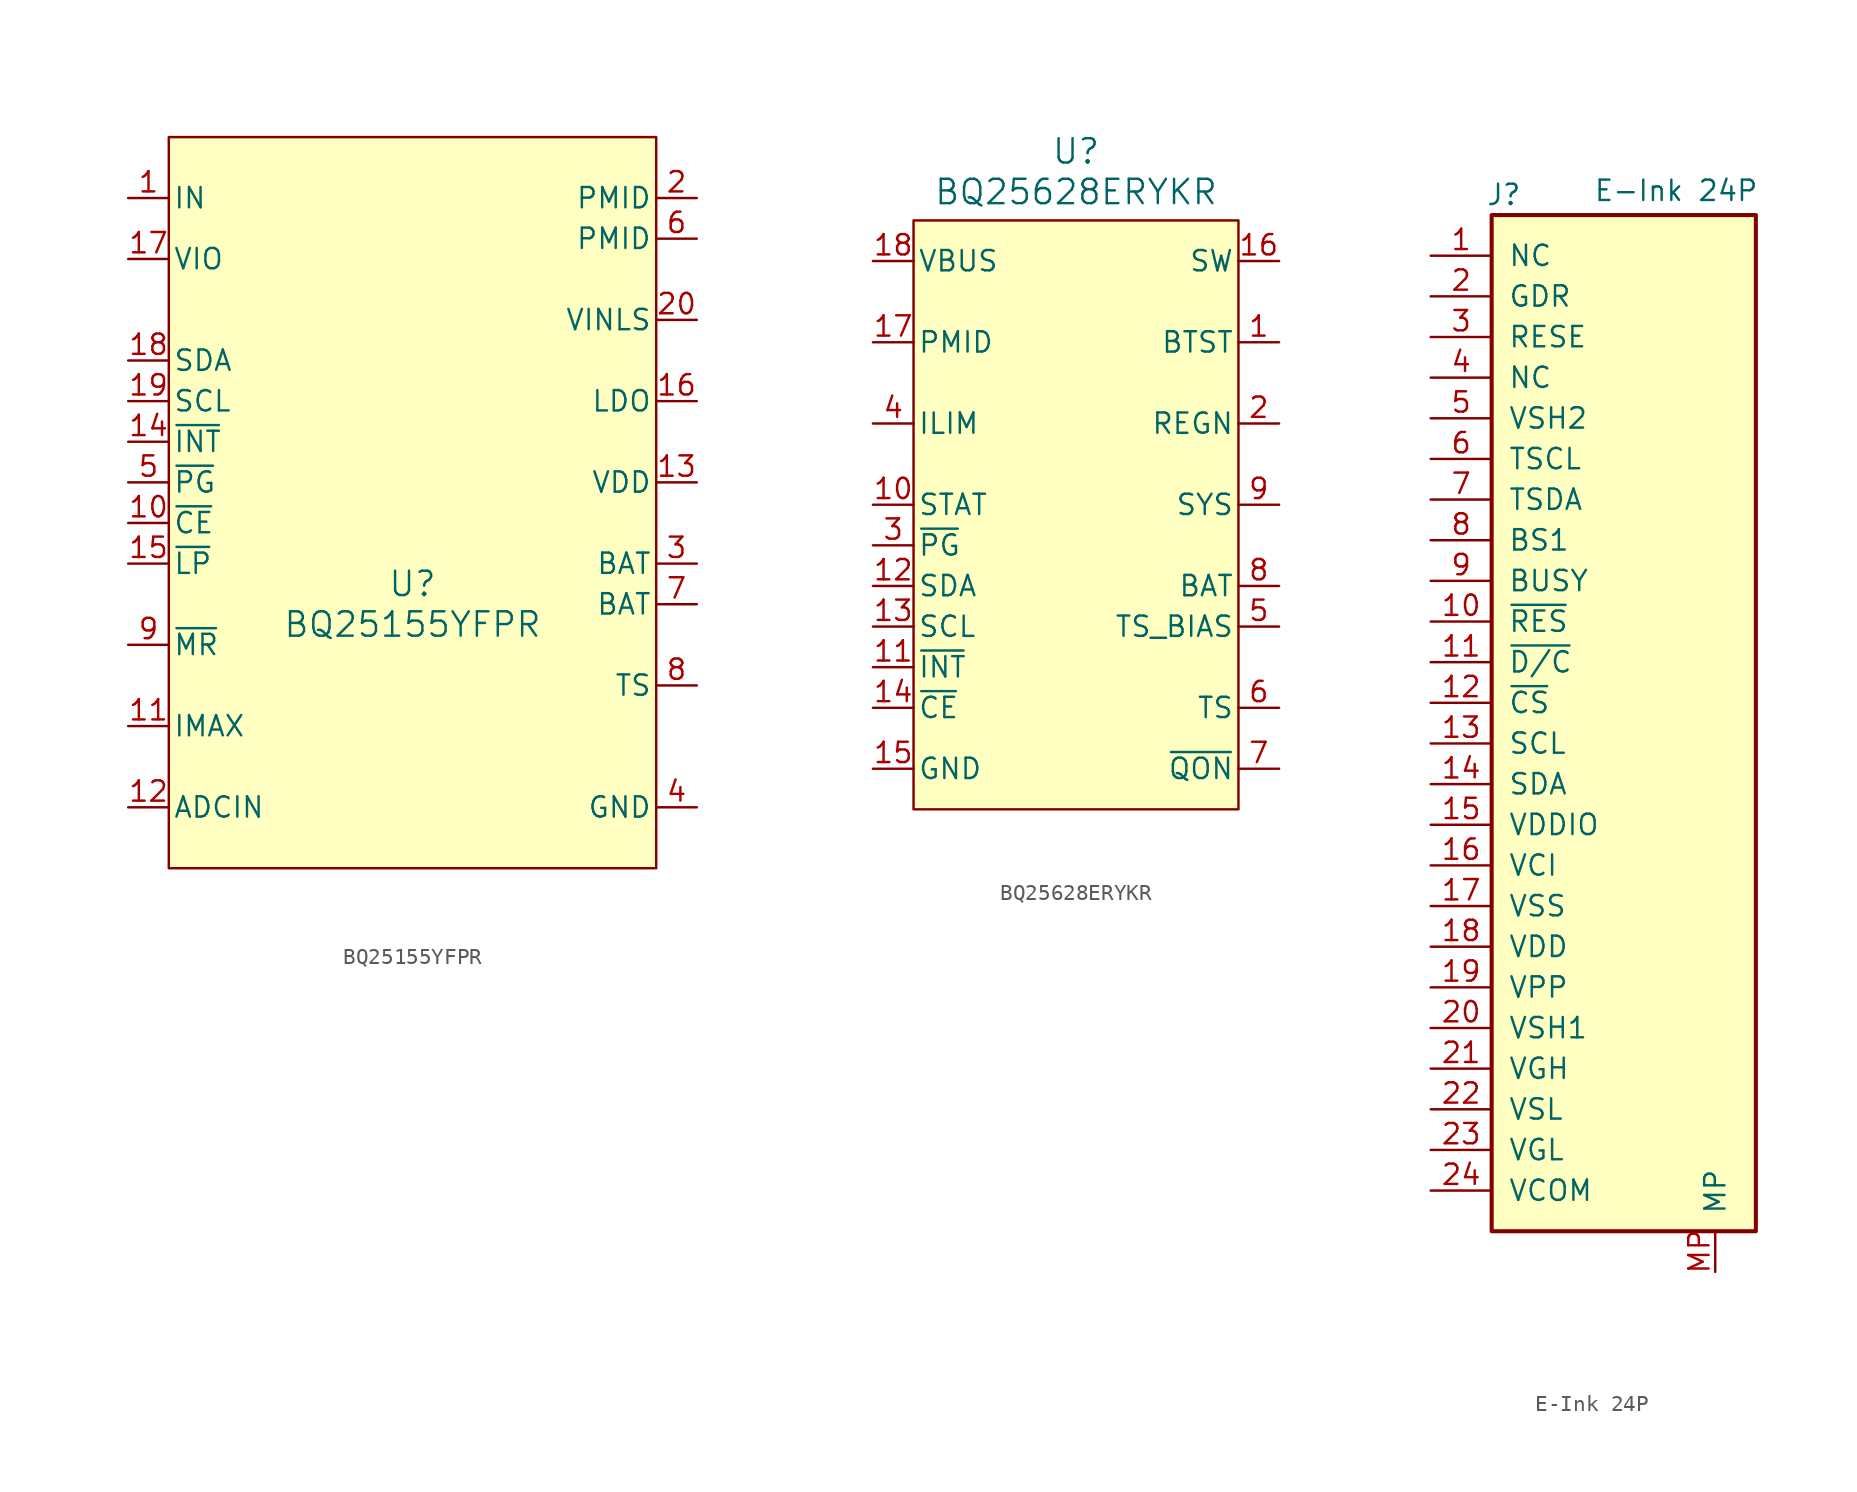
<source format=kicad_sym>
(kicad_symbol_lib
  (version 20231120)
  (generator "kicad_symbol_editor")
  (generator_version "8.0")
  (symbol "BQ25155YFPR"
    (pin_names
      (offset 0.254))
    (property "Reference" "U"
      (at 0 -5.08 0)
      (effects (font (size 1.524 1.524))))
    (property "Value" "BQ25155YFPR"
      (at 0 -7.62 0)
      (effects (font (size 1.524 1.524))))
    (property "ki_locked" ""
      (at 0 0 0)
      (effects (font (size 1.27 1.27))))
    (symbol "BQ25155YFPR_1_1"
      (rectangle (start -15.24 22.86) (end 15.24 -22.86) (stroke (width 0) (type default)) (fill (type background)))
      (pin power_in line (at -17.78 19.05 0) (length 2.54) (name "IN" (effects (font (size 1.27 1.27)))) (number "1" (effects (font (size 1.27 1.27)))))
      (pin input line (at -17.78 -1.27 0) (length 2.54) (name "~{CE}" (effects (font (size 1.27 1.27)))) (number "10" (effects (font (size 1.27 1.27)))))
      (pin input line (at -17.78 -13.97 0) (length 2.54) (name "IMAX" (effects (font (size 1.27 1.27)))) (number "11" (effects (font (size 1.27 1.27)))))
      (pin input line (at -17.78 -19.05 0) (length 2.54) (name "ADCIN" (effects (font (size 1.27 1.27)))) (number "12" (effects (font (size 1.27 1.27)))))
      (pin power_in line (at 17.78 1.27 180) (length 2.54) (name "VDD" (effects (font (size 1.27 1.27)))) (number "13" (effects (font (size 1.27 1.27)))))
      (pin output line (at -17.78 3.81 0) (length 2.54) (name "~{INT}" (effects (font (size 1.27 1.27)))) (number "14" (effects (font (size 1.27 1.27)))))
      (pin output line (at -17.78 -3.81 0) (length 2.54) (name "~{LP}" (effects (font (size 1.27 1.27)))) (number "15" (effects (font (size 1.27 1.27)))))
      (pin output line (at 17.78 6.35 180) (length 2.54) (name "LDO" (effects (font (size 1.27 1.27)))) (number "16" (effects (font (size 1.27 1.27)))))
      (pin power_in line (at -17.78 15.24 0) (length 2.54) (name "VIO" (effects (font (size 1.27 1.27)))) (number "17" (effects (font (size 1.27 1.27)))))
      (pin bidirectional line (at -17.78 8.89 0) (length 2.54) (name "SDA" (effects (font (size 1.27 1.27)))) (number "18" (effects (font (size 1.27 1.27)))))
      (pin input line (at -17.78 6.35 0) (length 2.54) (name "SCL" (effects (font (size 1.27 1.27)))) (number "19" (effects (font (size 1.27 1.27)))))
      (pin bidirectional line (at 17.78 19.05 180) (length 2.54) (name "PMID" (effects (font (size 1.27 1.27)))) (number "2" (effects (font (size 1.27 1.27)))))
      (pin input line (at 17.78 11.43 180) (length 2.54) (name "VINLS" (effects (font (size 1.27 1.27)))) (number "20" (effects (font (size 1.27 1.27)))))
      (pin power_in line (at 17.78 -3.81 180) (length 2.54) (name "BAT" (effects (font (size 1.27 1.27)))) (number "3" (effects (font (size 1.27 1.27)))))
      (pin power_in line (at 17.78 -19.05 180) (length 2.54) (name "GND" (effects (font (size 1.27 1.27)))) (number "4" (effects (font (size 1.27 1.27)))))
      (pin output line (at -17.78 1.27 0) (length 2.54) (name "~{PG}" (effects (font (size 1.27 1.27)))) (number "5" (effects (font (size 1.27 1.27)))))
      (pin bidirectional line (at 17.78 16.51 180) (length 2.54) (name "PMID" (effects (font (size 1.27 1.27)))) (number "6" (effects (font (size 1.27 1.27)))))
      (pin power_in line (at 17.78 -6.35 180) (length 2.54) (name "BAT" (effects (font (size 1.27 1.27)))) (number "7" (effects (font (size 1.27 1.27)))))
      (pin input line (at 17.78 -11.43 180) (length 2.54) (name "TS" (effects (font (size 1.27 1.27)))) (number "8" (effects (font (size 1.27 1.27)))))
      (pin input line (at -17.78 -8.89 0) (length 2.54) (name "~{MR}" (effects (font (size 1.27 1.27)))) (number "9" (effects (font (size 1.27 1.27)))))))
  (symbol "BQ25628ERYKR"
    (pin_names
      (offset 0.254))
    (property "Reference" "U"
      (at 0 22.098 0)
      (effects (font (size 1.524 1.524))))
    (property "Value" "BQ25628ERYKR"
      (at 0 19.558 0)
      (effects (font (size 1.524 1.524))))
    (symbol "BQ25628ERYKR_1_1"
      (rectangle (start -10.16 17.78) (end 10.16 -19.05) (stroke (width 0) (type default)) (fill (type background)))
      (pin power_in line (at 12.7 10.16 180) (length 2.54) (name "BTST" (effects (font (size 1.27 1.27)))) (number "1" (effects (font (size 1.27 1.27)))))
      (pin output line (at -12.7 0 0) (length 2.54) (name "STAT" (effects (font (size 1.27 1.27)))) (number "10" (effects (font (size 1.27 1.27)))))
      (pin output line (at -12.7 -10.16 0) (length 2.54) (name "~{INT}" (effects (font (size 1.27 1.27)))) (number "11" (effects (font (size 1.27 1.27)))))
      (pin bidirectional line (at -12.7 -5.08 0) (length 2.54) (name "SDA" (effects (font (size 1.27 1.27)))) (number "12" (effects (font (size 1.27 1.27)))))
      (pin input line (at -12.7 -7.62 0) (length 2.54) (name "SCL" (effects (font (size 1.27 1.27)))) (number "13" (effects (font (size 1.27 1.27)))))
      (pin input line (at -12.7 -12.7 0) (length 2.54) (name "~{CE}" (effects (font (size 1.27 1.27)))) (number "14" (effects (font (size 1.27 1.27)))))
      (pin power_out line (at -12.7 -16.51 0) (length 2.54) (name "GND" (effects (font (size 1.27 1.27)))) (number "15" (effects (font (size 1.27 1.27)))))
      (pin power_in line (at 12.7 15.24 180) (length 2.54) (name "SW" (effects (font (size 1.27 1.27)))) (number "16" (effects (font (size 1.27 1.27)))))
      (pin power_in line (at -12.7 10.16 0) (length 2.54) (name "PMID" (effects (font (size 1.27 1.27)))) (number "17" (effects (font (size 1.27 1.27)))))
      (pin power_in line (at -12.7 15.24 0) (length 2.54) (name "VBUS" (effects (font (size 1.27 1.27)))) (number "18" (effects (font (size 1.27 1.27)))))
      (pin power_in line (at 12.7 5.08 180) (length 2.54) (name "REGN" (effects (font (size 1.27 1.27)))) (number "2" (effects (font (size 1.27 1.27)))))
      (pin unspecified line (at -12.7 -2.54 0) (length 2.54) (name "~{PG}" (effects (font (size 1.27 1.27)))) (number "3" (effects (font (size 1.27 1.27)))))
      (pin bidirectional line (at -12.7 5.08 0) (length 2.54) (name "ILIM" (effects (font (size 1.27 1.27)))) (number "4" (effects (font (size 1.27 1.27)))))
      (pin unspecified line (at 12.7 -7.62 180) (length 2.54) (name "TS_BIAS" (effects (font (size 1.27 1.27)))) (number "5" (effects (font (size 1.27 1.27)))))
      (pin input line (at 12.7 -12.7 180) (length 2.54) (name "TS" (effects (font (size 1.27 1.27)))) (number "6" (effects (font (size 1.27 1.27)))))
      (pin input line (at 12.7 -16.51 180) (length 2.54) (name "~{QON}" (effects (font (size 1.27 1.27)))) (number "7" (effects (font (size 1.27 1.27)))))
      (pin power_in line (at 12.7 -5.08 180) (length 2.54) (name "BAT" (effects (font (size 1.27 1.27)))) (number "8" (effects (font (size 1.27 1.27)))))
      (pin power_in line (at 12.7 0 180) (length 2.54) (name "SYS" (effects (font (size 1.27 1.27)))) (number "9" (effects (font (size 1.27 1.27)))))))
  (symbol "E-Ink 24P"
    (pin_names
      (offset 1.016))
    (property "Reference" "J"
      (at -0.508 31.75 0)
      (effects (font (size 1.27 1.27))))
    (property "Value" "E-Ink 24P"
      (at 5.08 32.004 0)
      (effects (font (size 1.27 1.27)) (justify left)))
    (symbol "E-Ink 24P_1_1"
      (rectangle (start -1.27 30.48) (end 15.24 -33.02) (stroke (width 0.254) (type default)) (fill (type background)))
      (pin passive line (at -5.08 27.94 0) (length 3.81) (name "NC" (effects (font (size 1.27 1.27)))) (number "1" (effects (font (size 1.27 1.27)))))
      (pin passive line (at -5.08 5.08 0) (length 3.81) (name "~{RES}" (effects (font (size 1.27 1.27)))) (number "10" (effects (font (size 1.27 1.27)))))
      (pin passive line (at -5.08 2.54 0) (length 3.81) (name "~{D/C}" (effects (font (size 1.27 1.27)))) (number "11" (effects (font (size 1.27 1.27)))))
      (pin passive line (at -5.08 0 0) (length 3.81) (name "~{CS}" (effects (font (size 1.27 1.27)))) (number "12" (effects (font (size 1.27 1.27)))))
      (pin passive line (at -5.08 -2.54 0) (length 3.81) (name "SCL" (effects (font (size 1.27 1.27)))) (number "13" (effects (font (size 1.27 1.27)))))
      (pin passive line (at -5.08 -5.08 0) (length 3.81) (name "SDA" (effects (font (size 1.27 1.27)))) (number "14" (effects (font (size 1.27 1.27)))))
      (pin passive line (at -5.08 -7.62 0) (length 3.81) (name "VDDIO" (effects (font (size 1.27 1.27)))) (number "15" (effects (font (size 1.27 1.27)))))
      (pin passive line (at -5.08 -10.16 0) (length 3.81) (name "VCI" (effects (font (size 1.27 1.27)))) (number "16" (effects (font (size 1.27 1.27)))))
      (pin passive line (at -5.08 -12.7 0) (length 3.81) (name "VSS" (effects (font (size 1.27 1.27)))) (number "17" (effects (font (size 1.27 1.27)))))
      (pin passive line (at -5.08 -15.24 0) (length 3.81) (name "VDD" (effects (font (size 1.27 1.27)))) (number "18" (effects (font (size 1.27 1.27)))))
      (pin passive line (at -5.08 -17.78 0) (length 3.81) (name "VPP" (effects (font (size 1.27 1.27)))) (number "19" (effects (font (size 1.27 1.27)))))
      (pin passive line (at -5.08 25.4 0) (length 3.81) (name "GDR" (effects (font (size 1.27 1.27)))) (number "2" (effects (font (size 1.27 1.27)))))
      (pin passive line (at -5.08 -20.32 0) (length 3.81) (name "VSH1" (effects (font (size 1.27 1.27)))) (number "20" (effects (font (size 1.27 1.27)))))
      (pin passive line (at -5.08 -22.86 0) (length 3.81) (name "VGH" (effects (font (size 1.27 1.27)))) (number "21" (effects (font (size 1.27 1.27)))))
      (pin passive line (at -5.08 -25.4 0) (length 3.81) (name "VSL" (effects (font (size 1.27 1.27)))) (number "22" (effects (font (size 1.27 1.27)))))
      (pin passive line (at -5.08 -27.94 0) (length 3.81) (name "VGL" (effects (font (size 1.27 1.27)))) (number "23" (effects (font (size 1.27 1.27)))))
      (pin passive line (at -5.08 -30.48 0) (length 3.81) (name "VCOM" (effects (font (size 1.27 1.27)))) (number "24" (effects (font (size 1.27 1.27)))))
      (pin passive line (at -5.08 22.86 0) (length 3.81) (name "RESE" (effects (font (size 1.27 1.27)))) (number "3" (effects (font (size 1.27 1.27)))))
      (pin passive line (at -5.08 20.32 0) (length 3.81) (name "NC" (effects (font (size 1.27 1.27)))) (number "4" (effects (font (size 1.27 1.27)))))
      (pin passive line (at -5.08 17.78 0) (length 3.81) (name "VSH2" (effects (font (size 1.27 1.27)))) (number "5" (effects (font (size 1.27 1.27)))))
      (pin passive line (at -5.08 15.24 0) (length 3.81) (name "TSCL" (effects (font (size 1.27 1.27)))) (number "6" (effects (font (size 1.27 1.27)))))
      (pin passive line (at -5.08 12.7 0) (length 3.81) (name "TSDA" (effects (font (size 1.27 1.27)))) (number "7" (effects (font (size 1.27 1.27)))))
      (pin passive line (at -5.08 10.16 0) (length 3.81) (name "BS1" (effects (font (size 1.27 1.27)))) (number "8" (effects (font (size 1.27 1.27)))))
      (pin passive line (at -5.08 7.62 0) (length 3.81) (name "BUSY" (effects (font (size 1.27 1.27)))) (number "9" (effects (font (size 1.27 1.27)))))
      (pin passive line (at 12.7 -35.56 90) (length 2.54) (name "MP" (effects (font (size 1.27 1.27)))) (number "MP" (effects (font (size 1.27 1.27))))))))
</source>
